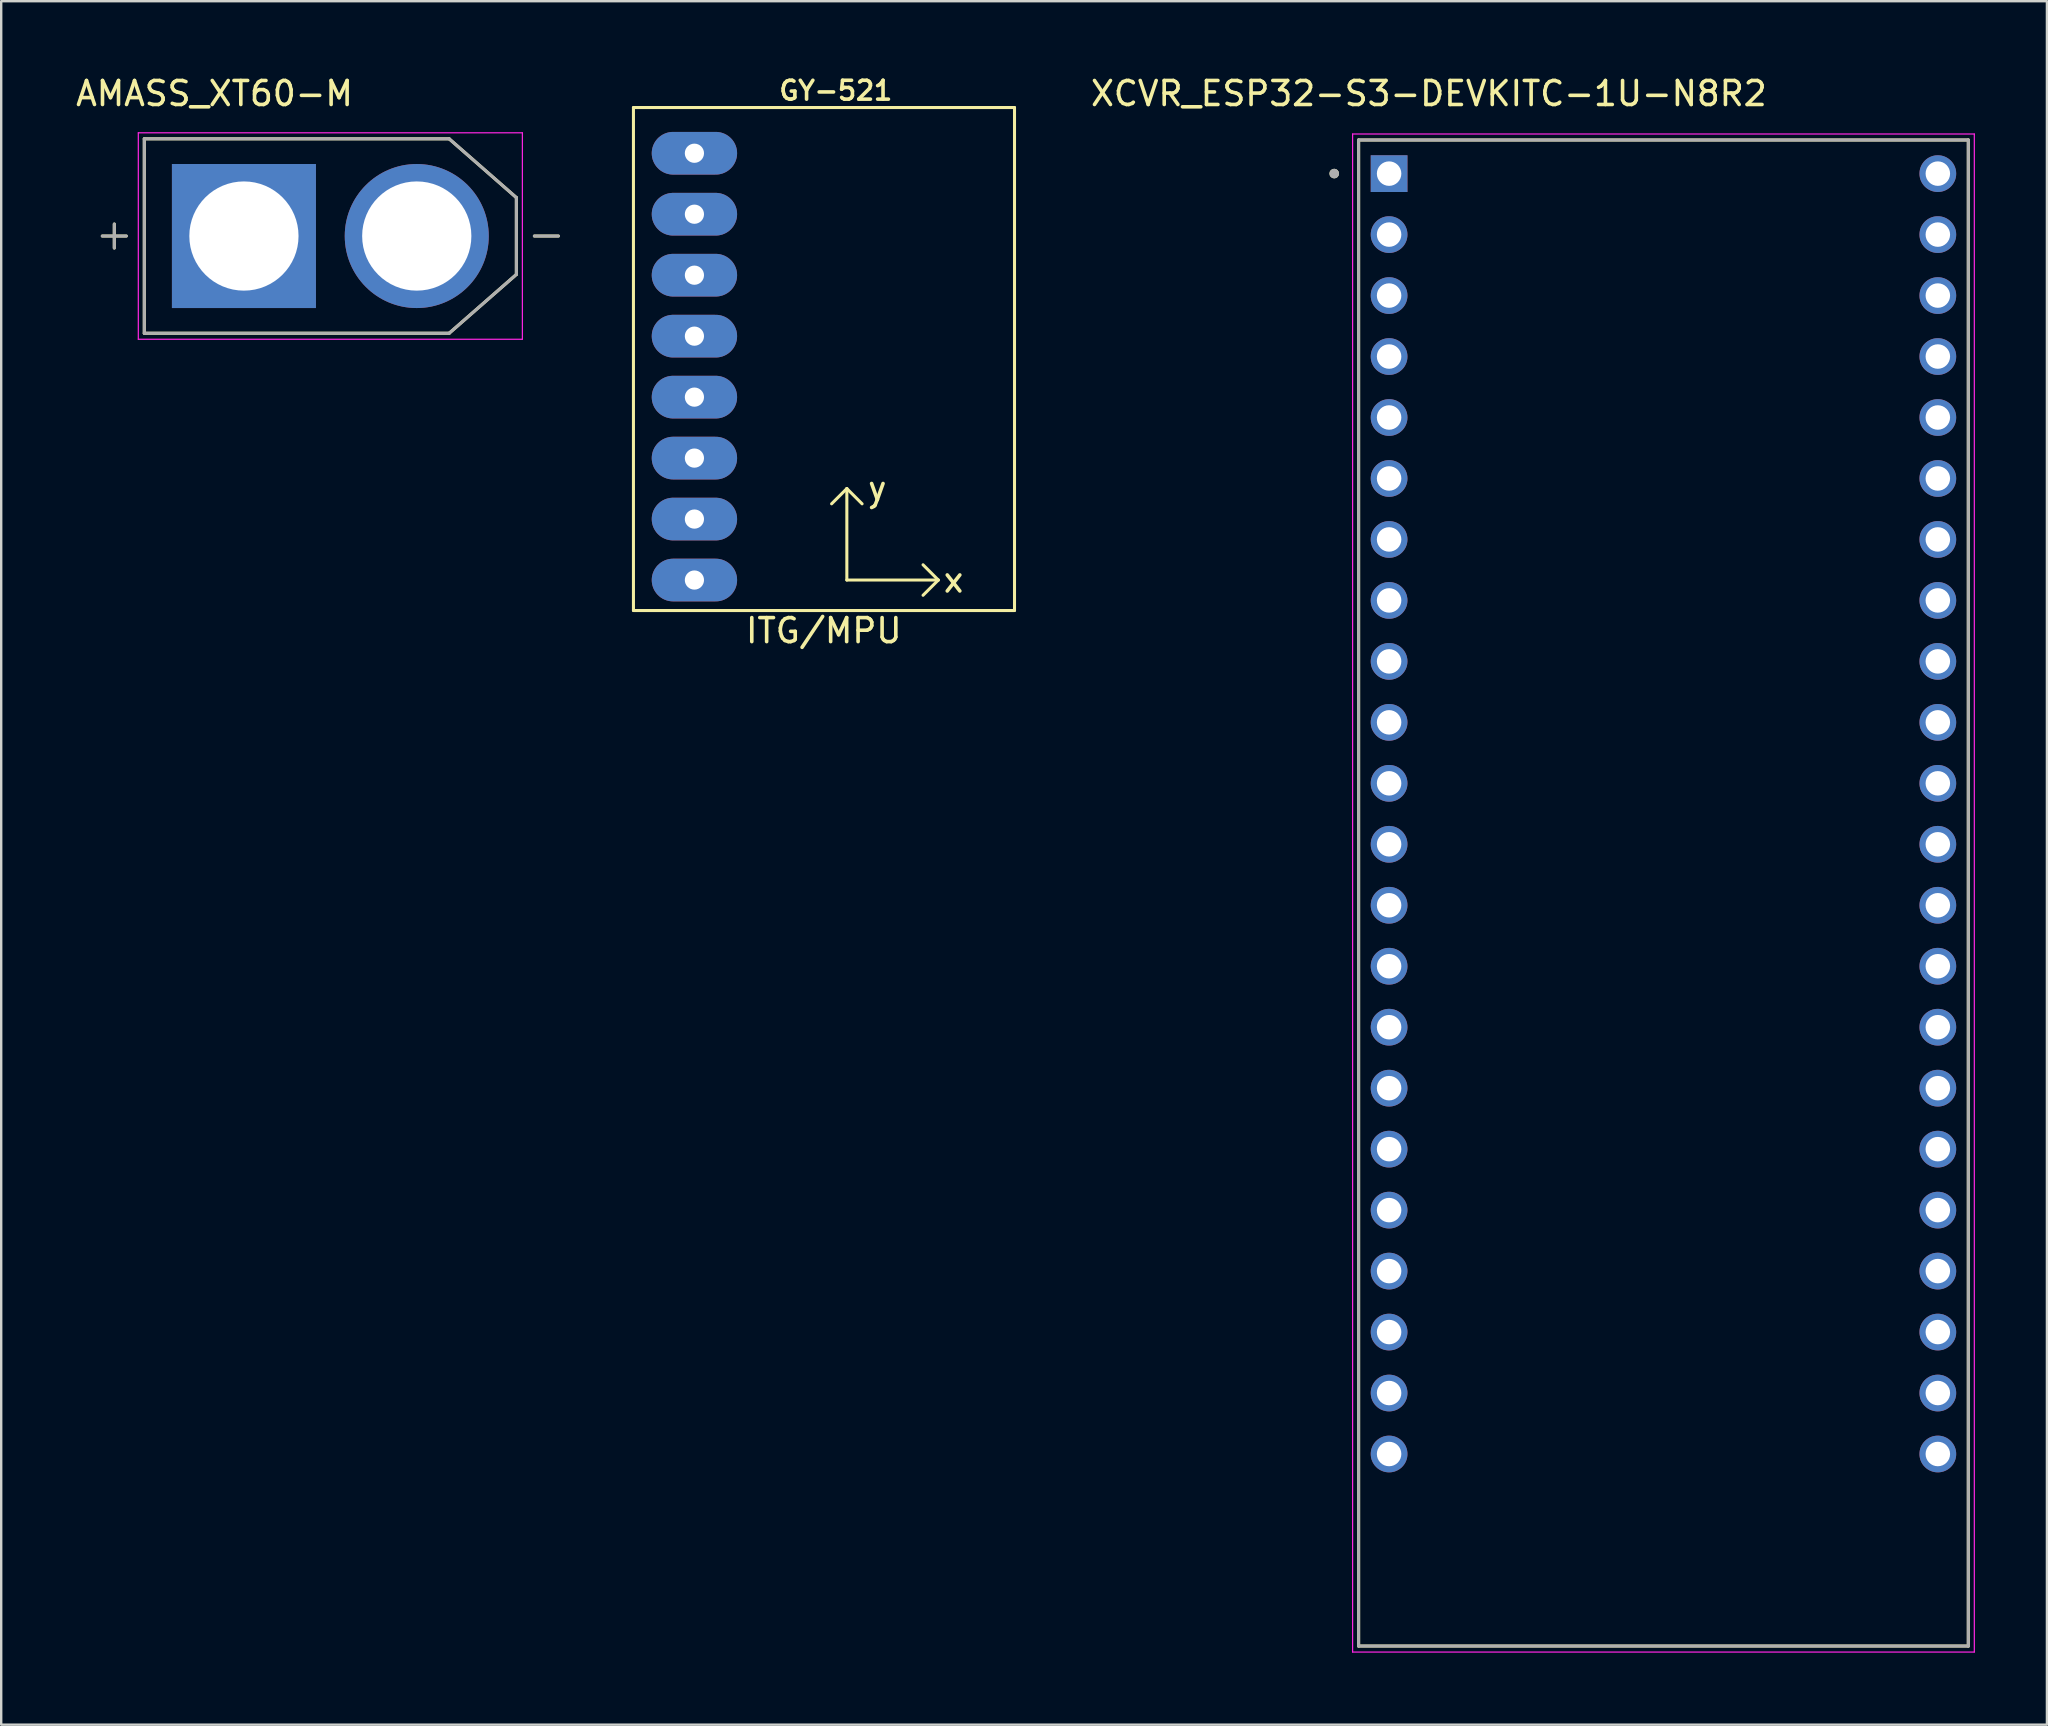
<source format=kicad_pcb>
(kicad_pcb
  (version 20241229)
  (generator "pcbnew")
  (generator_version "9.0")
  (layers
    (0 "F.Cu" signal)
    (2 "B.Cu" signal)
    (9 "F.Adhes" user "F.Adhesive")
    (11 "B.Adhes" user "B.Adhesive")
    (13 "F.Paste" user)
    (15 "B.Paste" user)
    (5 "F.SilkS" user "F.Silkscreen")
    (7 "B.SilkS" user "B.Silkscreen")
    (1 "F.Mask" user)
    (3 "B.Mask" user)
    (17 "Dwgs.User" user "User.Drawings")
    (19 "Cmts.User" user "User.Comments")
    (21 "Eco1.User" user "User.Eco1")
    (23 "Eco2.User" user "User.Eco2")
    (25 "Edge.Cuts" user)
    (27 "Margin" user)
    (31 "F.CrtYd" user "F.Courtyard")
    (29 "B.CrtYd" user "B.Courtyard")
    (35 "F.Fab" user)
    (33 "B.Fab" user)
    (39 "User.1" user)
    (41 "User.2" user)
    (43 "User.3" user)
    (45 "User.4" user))
  (footprint "GY-521"
    (layer "F.Cu")
    (at 34.769 12.224)
    (property "Reference" "GY-521" (at -3 -11.5 0) (layer "F.SilkS") (effects (font (size 0.787 0.787) (thickness 0.15))))
    (attr through_hole)
    (fp_line (start -11.43 -10.795) (end 4.445 -10.795) (stroke (width 0.127) (type solid)) (layer "F.SilkS"))
    (fp_line (start -11.43 10.16) (end -11.43 -10.795) (stroke (width 0.127) (type solid)) (layer "F.SilkS"))
    (fp_line (start -2.54 5.08) (end -3.175 5.715) (stroke (width 0.127) (type solid)) (layer "F.SilkS"))
    (fp_line (start -2.54 5.08) (end -1.905 5.715) (stroke (width 0.127) (type solid)) (layer "F.SilkS"))
    (fp_line (start -2.54 8.89) (end -2.54 5.08) (stroke (width 0.127) (type solid)) (layer "F.SilkS"))
    (fp_line (start -2.54 8.89) (end 1.27 8.89) (stroke (width 0.127) (type solid)) (layer "F.SilkS"))
    (fp_line (start 1.27 8.89) (end 0.635 8.255) (stroke (width 0.127) (type solid)) (layer "F.SilkS"))
    (fp_line (start 1.27 8.89) (end 0.635 9.525) (stroke (width 0.127) (type solid)) (layer "F.SilkS"))
    (fp_line (start 4.445 -10.795) (end 4.445 10.16) (stroke (width 0.127) (type solid)) (layer "F.SilkS"))
    (fp_line (start 4.445 10.16) (end -11.43 10.16) (stroke (width 0.127) (type solid)) (layer "F.SilkS"))
    (fp_text user "ITG/MPU" (at -3.5 11 0) (layer "F.SilkS") (effects (font (size 1 1) (thickness 0.15))))
    (fp_text user "x" (at 1.905 8.89 0) (layer "F.SilkS") (effects (font (size 1 1) (thickness 0.15))))
    (fp_text user "y" (at -1.27 5.08 0) (layer "F.SilkS") (effects (font (size 1 1) (thickness 0.15))))
    (pad "ADO" thru_hole oval (at -8.89 6.35) (size 3.556 1.778) (drill 0.8) (layers "*.Cu" "*.Mask"))
    (pad "GND" thru_hole oval (at -8.89 -6.35) (size 3.556 1.778) (drill 0.8) (layers "*.Cu" "*.Mask"))
    (pad "INT" thru_hole oval (at -8.89 8.89) (size 3.556 1.778) (drill 0.8) (layers "*.Cu" "*.Mask"))
    (pad "SCL" thru_hole oval (at -8.89 -3.81) (size 3.556 1.778) (drill 0.8) (layers "*.Cu" "*.Mask"))
    (pad "SDA" thru_hole oval (at -8.89 -1.27) (size 3.556 1.778) (drill 0.8) (layers "*.Cu" "*.Mask"))
    (pad "VCC" thru_hole oval (at -8.89 -8.89) (size 3.556 1.778) (drill 0.8) (layers "*.Cu" "*.Mask"))
    (pad "XCL" thru_hole oval (at -8.89 3.81) (size 3.556 1.778) (drill 0.8) (layers "*.Cu" "*.Mask"))
    (pad "XDA" thru_hole oval (at -8.89 1.27) (size 3.556 1.778) (drill 0.8) (layers "*.Cu" "*.Mask")))
  (footprint "AMASS_XT60-M"
    (layer "F.Cu")
    (at 10.712 6.783)
    (property "Reference" "AMASS_XT60-M" (at -4.825 -5.935 0) (layer "F.SilkS") (effects (font (size 1 1) (thickness 0.15))))
    (attr through_hole)
    (fp_line (start -9.5 0) (end -8.5 0) (stroke (width 0.127) (type solid)) (layer "F.SilkS"))
    (fp_line (start -9 -0.5) (end -9 0.5) (stroke (width 0.127) (type solid)) (layer "F.SilkS"))
    (fp_line (start -7.75 -4.05) (end 4.95 -4.05) (stroke (width 0.127) (type solid)) (layer "F.SilkS"))
    (fp_line (start -7.75 4.05) (end -7.75 -4.05) (stroke (width 0.127) (type solid)) (layer "F.SilkS"))
    (fp_line (start 4.95 -4.05) (end 7.75 -1.6) (stroke (width 0.127) (type solid)) (layer "F.SilkS"))
    (fp_line (start 4.95 4.05) (end -7.75 4.05) (stroke (width 0.127) (type solid)) (layer "F.SilkS"))
    (fp_line (start 7.75 -1.6) (end 7.75 1.6) (stroke (width 0.127) (type solid)) (layer "F.SilkS"))
    (fp_line (start 7.75 1.6) (end 4.95 4.05) (stroke (width 0.127) (type solid)) (layer "F.SilkS"))
    (fp_line (start 8.5 0) (end 9.5 0) (stroke (width 0.127) (type solid)) (layer "F.SilkS"))
    (fp_line (start -8 -4.3) (end -8 4.3) (stroke (width 0.05) (type solid)) (layer "F.CrtYd"))
    (fp_line (start -8 4.3) (end 8 4.3) (stroke (width 0.05) (type solid)) (layer "F.CrtYd"))
    (fp_line (start 8 -4.3) (end -8 -4.3) (stroke (width 0.05) (type solid)) (layer "F.CrtYd"))
    (fp_line (start 8 4.3) (end 8 -4.3) (stroke (width 0.05) (type solid)) (layer "F.CrtYd"))
    (fp_line (start -9.5 0) (end -8.5 0) (stroke (width 0.127) (type solid)) (layer "F.Fab"))
    (fp_line (start -9 -0.5) (end -9 0.5) (stroke (width 0.127) (type solid)) (layer "F.Fab"))
    (fp_line (start -7.75 -4.05) (end 4.95 -4.05) (stroke (width 0.127) (type solid)) (layer "F.Fab"))
    (fp_line (start -7.75 4.05) (end -7.75 -4.05) (stroke (width 0.127) (type solid)) (layer "F.Fab"))
    (fp_line (start 4.95 -4.05) (end 7.75 -1.6) (stroke (width 0.127) (type solid)) (layer "F.Fab"))
    (fp_line (start 4.95 4.05) (end -7.75 4.05) (stroke (width 0.127) (type solid)) (layer "F.Fab"))
    (fp_line (start 7.75 -1.6) (end 7.75 1.6) (stroke (width 0.127) (type solid)) (layer "F.Fab"))
    (fp_line (start 7.75 1.6) (end 4.95 4.05) (stroke (width 0.127) (type solid)) (layer "F.Fab"))
    (fp_line (start 8.5 0) (end 9.5 0) (stroke (width 0.127) (type solid)) (layer "F.Fab"))
    (pad "N" thru_hole circle (at 3.6 0) (size 6 6) (drill 4.55) (layers "*.Cu" "*.Mask"))
    (pad "P" thru_hole rect (at -3.6 0) (size 6 6) (drill 4.55) (layers "*.Cu" "*.Mask")))
  (footprint "XCVR_ESP32-S3-DEVKITC-1U-N8R2"
    (layer "F.Cu")
    (at 66.249 34.153)
    (property "Reference" "XCVR_ESP32-S3-DEVKITC-1U-N8R2" (at -9.775 -33.305 0) (layer "F.SilkS") (effects (font (size 1 1) (thickness 0.15))))
    (attr through_hole)
    (fp_line (start -12.7 -31.37) (end 12.7 -31.37) (stroke (width 0.127) (type solid)) (layer "F.SilkS"))
    (fp_line (start -12.7 31.37) (end -12.7 -31.37) (stroke (width 0.127) (type solid)) (layer "F.SilkS"))
    (fp_line (start 12.7 -31.37) (end 12.7 31.37) (stroke (width 0.127) (type solid)) (layer "F.SilkS"))
    (fp_line (start 12.7 31.37) (end -12.7 31.37) (stroke (width 0.127) (type solid)) (layer "F.SilkS"))
    (fp_circle (center -13.716 -29.972) (end -13.616 -29.972) (stroke (width 0.2) (type solid)) (fill no) (layer "F.SilkS"))
    (fp_line (start -12.95 -31.62) (end -12.95 31.62) (stroke (width 0.05) (type solid)) (layer "F.CrtYd"))
    (fp_line (start -12.95 -31.62) (end 12.95 -31.62) (stroke (width 0.05) (type solid)) (layer "F.CrtYd"))
    (fp_line (start -12.95 31.62) (end 12.95 31.62) (stroke (width 0.05) (type solid)) (layer "F.CrtYd"))
    (fp_line (start 12.95 31.62) (end 12.95 -31.62) (stroke (width 0.05) (type solid)) (layer "F.CrtYd"))
    (fp_line (start -12.7 -31.37) (end 12.7 -31.37) (stroke (width 0.127) (type solid)) (layer "F.Fab"))
    (fp_line (start -12.7 31.37) (end -12.7 -31.37) (stroke (width 0.127) (type solid)) (layer "F.Fab"))
    (fp_line (start 12.7 -31.37) (end 12.7 31.37) (stroke (width 0.127) (type solid)) (layer "F.Fab"))
    (fp_line (start 12.7 31.37) (end -12.7 31.37) (stroke (width 0.127) (type solid)) (layer "F.Fab"))
    (fp_circle (center -13.716 -29.972) (end -13.616 -29.972) (stroke (width 0.2) (type solid)) (fill no) (layer "F.Fab"))
    (pad "J1_1" thru_hole rect (at -11.43 -29.97) (size 1.53 1.53) (drill 1.02) (layers "*.Cu" "*.Mask"))
    (pad "J1_2" thru_hole circle (at -11.43 -27.43) (size 1.53 1.53) (drill 1.02) (layers "*.Cu" "*.Mask"))
    (pad "J1_3" thru_hole circle (at -11.43 -24.89) (size 1.53 1.53) (drill 1.02) (layers "*.Cu" "*.Mask"))
    (pad "J1_4" thru_hole circle (at -11.43 -22.35) (size 1.53 1.53) (drill 1.02) (layers "*.Cu" "*.Mask"))
    (pad "J1_5" thru_hole circle (at -11.43 -19.81) (size 1.53 1.53) (drill 1.02) (layers "*.Cu" "*.Mask"))
    (pad "J1_6" thru_hole circle (at -11.43 -17.27) (size 1.53 1.53) (drill 1.02) (layers "*.Cu" "*.Mask"))
    (pad "J1_7" thru_hole circle (at -11.43 -14.73) (size 1.53 1.53) (drill 1.02) (layers "*.Cu" "*.Mask"))
    (pad "J1_8" thru_hole circle (at -11.43 -12.19) (size 1.53 1.53) (drill 1.02) (layers "*.Cu" "*.Mask"))
    (pad "J1_9" thru_hole circle (at -11.43 -9.65) (size 1.53 1.53) (drill 1.02) (layers "*.Cu" "*.Mask"))
    (pad "J1_10" thru_hole circle (at -11.43 -7.11) (size 1.53 1.53) (drill 1.02) (layers "*.Cu" "*.Mask"))
    (pad "J1_11" thru_hole circle (at -11.43 -4.57) (size 1.53 1.53) (drill 1.02) (layers "*.Cu" "*.Mask"))
    (pad "J1_12" thru_hole circle (at -11.43 -2.03) (size 1.53 1.53) (drill 1.02) (layers "*.Cu" "*.Mask"))
    (pad "J1_13" thru_hole circle (at -11.43 0.51) (size 1.53 1.53) (drill 1.02) (layers "*.Cu" "*.Mask"))
    (pad "J1_14" thru_hole circle (at -11.43 3.05) (size 1.53 1.53) (drill 1.02) (layers "*.Cu" "*.Mask"))
    (pad "J1_15" thru_hole circle (at -11.43 5.59) (size 1.53 1.53) (drill 1.02) (layers "*.Cu" "*.Mask"))
    (pad "J1_16" thru_hole circle (at -11.43 8.13) (size 1.53 1.53) (drill 1.02) (layers "*.Cu" "*.Mask"))
    (pad "J1_17" thru_hole circle (at -11.43 10.67) (size 1.53 1.53) (drill 1.02) (layers "*.Cu" "*.Mask"))
    (pad "J1_18" thru_hole circle (at -11.43 13.21) (size 1.53 1.53) (drill 1.02) (layers "*.Cu" "*.Mask"))
    (pad "J1_19" thru_hole circle (at -11.43 15.75) (size 1.53 1.53) (drill 1.02) (layers "*.Cu" "*.Mask"))
    (pad "J1_20" thru_hole circle (at -11.43 18.29) (size 1.53 1.53) (drill 1.02) (layers "*.Cu" "*.Mask"))
    (pad "J1_21" thru_hole circle (at -11.43 20.83) (size 1.53 1.53) (drill 1.02) (layers "*.Cu" "*.Mask"))
    (pad "J1_22" thru_hole circle (at -11.43 23.37) (size 1.53 1.53) (drill 1.02) (layers "*.Cu" "*.Mask"))
    (pad "J3_1" thru_hole circle (at 11.43 -29.97) (size 1.53 1.53) (drill 1.02) (layers "*.Cu" "*.Mask"))
    (pad "J3_2" thru_hole circle (at 11.43 -27.43) (size 1.53 1.53) (drill 1.02) (layers "*.Cu" "*.Mask"))
    (pad "J3_3" thru_hole circle (at 11.43 -24.89) (size 1.53 1.53) (drill 1.02) (layers "*.Cu" "*.Mask"))
    (pad "J3_4" thru_hole circle (at 11.43 -22.35) (size 1.53 1.53) (drill 1.02) (layers "*.Cu" "*.Mask"))
    (pad "J3_5" thru_hole circle (at 11.43 -19.81) (size 1.53 1.53) (drill 1.02) (layers "*.Cu" "*.Mask"))
    (pad "J3_6" thru_hole circle (at 11.43 -17.27) (size 1.53 1.53) (drill 1.02) (layers "*.Cu" "*.Mask"))
    (pad "J3_7" thru_hole circle (at 11.43 -14.73) (size 1.53 1.53) (drill 1.02) (layers "*.Cu" "*.Mask"))
    (pad "J3_8" thru_hole circle (at 11.43 -12.19) (size 1.53 1.53) (drill 1.02) (layers "*.Cu" "*.Mask"))
    (pad "J3_9" thru_hole circle (at 11.43 -9.65) (size 1.53 1.53) (drill 1.02) (layers "*.Cu" "*.Mask"))
    (pad "J3_10" thru_hole circle (at 11.43 -7.11) (size 1.53 1.53) (drill 1.02) (layers "*.Cu" "*.Mask"))
    (pad "J3_11" thru_hole circle (at 11.43 -4.57) (size 1.53 1.53) (drill 1.02) (layers "*.Cu" "*.Mask"))
    (pad "J3_12" thru_hole circle (at 11.43 -2.03) (size 1.53 1.53) (drill 1.02) (layers "*.Cu" "*.Mask"))
    (pad "J3_13" thru_hole circle (at 11.43 0.51) (size 1.53 1.53) (drill 1.02) (layers "*.Cu" "*.Mask"))
    (pad "J3_14" thru_hole circle (at 11.43 3.05) (size 1.53 1.53) (drill 1.02) (layers "*.Cu" "*.Mask"))
    (pad "J3_15" thru_hole circle (at 11.43 5.59) (size 1.53 1.53) (drill 1.02) (layers "*.Cu" "*.Mask"))
    (pad "J3_16" thru_hole circle (at 11.43 8.13) (size 1.53 1.53) (drill 1.02) (layers "*.Cu" "*.Mask"))
    (pad "J3_17" thru_hole circle (at 11.43 10.67) (size 1.53 1.53) (drill 1.02) (layers "*.Cu" "*.Mask"))
    (pad "J3_18" thru_hole circle (at 11.43 13.21) (size 1.53 1.53) (drill 1.02) (layers "*.Cu" "*.Mask"))
    (pad "J3_19" thru_hole circle (at 11.43 15.75) (size 1.53 1.53) (drill 1.02) (layers "*.Cu" "*.Mask"))
    (pad "J3_20" thru_hole circle (at 11.43 18.29) (size 1.53 1.53) (drill 1.02) (layers "*.Cu" "*.Mask"))
    (pad "J3_21" thru_hole circle (at 11.43 20.83) (size 1.53 1.53) (drill 1.02) (layers "*.Cu" "*.Mask"))
    (pad "J3_22" thru_hole circle (at 11.43 23.37) (size 1.53 1.53) (drill 1.02) (layers "*.Cu" "*.Mask")))
  (gr_rect
    (start -3 -3)
    (end 82.224 68.798)
    (stroke (width 0.1) (type default))
    (fill no)
    (layer "Edge.Cuts")))
</source>
